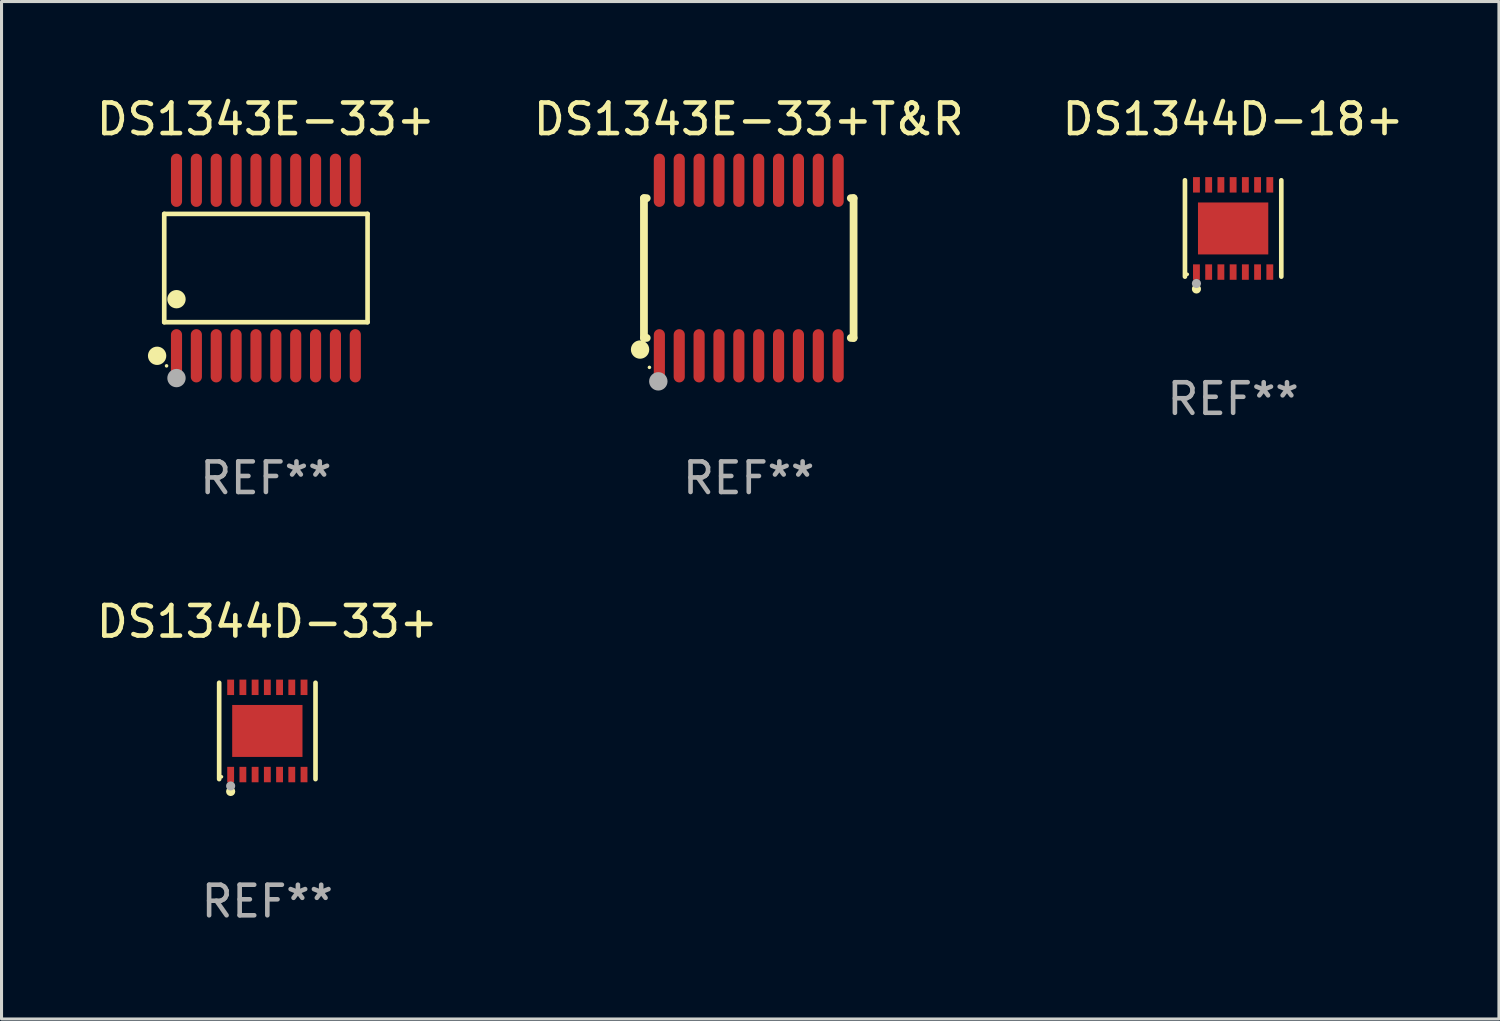
<source format=kicad_pcb>
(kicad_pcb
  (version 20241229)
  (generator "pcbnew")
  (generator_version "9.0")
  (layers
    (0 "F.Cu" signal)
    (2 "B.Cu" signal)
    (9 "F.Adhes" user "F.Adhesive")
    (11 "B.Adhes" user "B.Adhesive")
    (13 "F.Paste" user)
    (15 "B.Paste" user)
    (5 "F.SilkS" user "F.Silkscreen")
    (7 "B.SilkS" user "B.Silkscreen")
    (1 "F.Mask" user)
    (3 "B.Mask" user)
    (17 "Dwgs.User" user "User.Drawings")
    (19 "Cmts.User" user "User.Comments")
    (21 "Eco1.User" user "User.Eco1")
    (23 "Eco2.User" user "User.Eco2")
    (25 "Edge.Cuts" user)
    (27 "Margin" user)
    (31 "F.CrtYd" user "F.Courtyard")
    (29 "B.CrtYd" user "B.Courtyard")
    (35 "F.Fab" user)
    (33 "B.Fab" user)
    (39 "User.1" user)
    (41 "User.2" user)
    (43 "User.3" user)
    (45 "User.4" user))
  (footprint "DS1344D-33+"
    (layer "F.Cu")
    (at 5.696 20.863)
    (property "Reference" "DS1344D-33+" (at 0 -3.576 0) (layer "F.SilkS") (effects (font (size 1 1) (thickness 0.15))))
    (attr through_hole)
    (fp_line (start -1.576 1.576) (end -1.576 -1.576) (stroke (width 0.152) (type solid)) (layer "F.SilkS"))
    (fp_line (start 1.576 1.576) (end 1.576 -1.576) (stroke (width 0.152) (type solid)) (layer "F.SilkS"))
    (fp_circle (center -1.5 1.5) (end -1.47 1.5) (stroke (width 0.06) (type solid)) (fill no) (layer "F.SilkS"))
    (fp_circle (center -1.2 1.98) (end -1.125 1.98) (stroke (width 0.15) (type solid)) (fill no) (layer "F.SilkS"))
    (fp_circle (center -1.2 1.8) (end -1.125 1.8) (stroke (width 0.15) (type solid)) (fill no) (layer "F.Fab"))
    (fp_text user "REF**" (at 0 5.576 0) (layer "F.Fab") (effects (font (size 1 1) (thickness 0.15))))
    (pad "1" smd rect (at -1.2 1.427) (size 0.224 0.505) (layers "F.Cu" "F.Mask" "F.Paste"))
    (pad "2" smd rect (at -0.8 1.427) (size 0.224 0.505) (layers "F.Cu" "F.Mask" "F.Paste"))
    (pad "3" smd rect (at -0.4 1.427) (size 0.224 0.505) (layers "F.Cu" "F.Mask" "F.Paste"))
    (pad "4" smd rect (at 0 1.427) (size 0.224 0.505) (layers "F.Cu" "F.Mask" "F.Paste"))
    (pad "5" smd rect (at 0.4 1.427) (size 0.224 0.505) (layers "F.Cu" "F.Mask" "F.Paste"))
    (pad "6" smd rect (at 0.8 1.427) (size 0.224 0.505) (layers "F.Cu" "F.Mask" "F.Paste"))
    (pad "7" smd rect (at 1.2 1.427) (size 0.224 0.505) (layers "F.Cu" "F.Mask" "F.Paste"))
    (pad "8" smd rect (at 1.2 -1.427) (size 0.224 0.505) (layers "F.Cu" "F.Mask" "F.Paste"))
    (pad "9" smd rect (at 0.8 -1.427) (size 0.224 0.505) (layers "F.Cu" "F.Mask" "F.Paste"))
    (pad "10" smd rect (at 0.4 -1.427) (size 0.224 0.505) (layers "F.Cu" "F.Mask" "F.Paste"))
    (pad "11" smd rect (at 0 -1.427) (size 0.224 0.505) (layers "F.Cu" "F.Mask" "F.Paste"))
    (pad "12" smd rect (at -0.4 -1.427) (size 0.224 0.505) (layers "F.Cu" "F.Mask" "F.Paste"))
    (pad "13" smd rect (at -0.8 -1.427) (size 0.224 0.505) (layers "F.Cu" "F.Mask" "F.Paste"))
    (pad "14" smd rect (at -1.2 -1.427) (size 0.224 0.505) (layers "F.Cu" "F.Mask" "F.Paste"))
    (pad "15" smd rect (at 0 0) (size 2.3 1.7) (layers "F.Cu" "F.Mask" "F.Paste")))
  (footprint "DS1343E-33+"
    (layer "F.Cu")
    (at 5.649 5.719)
    (property "Reference" "DS1343E-33+" (at 0 -4.871 0) (layer "F.SilkS") (effects (font (size 1 1) (thickness 0.15))))
    (attr through_hole)
    (fp_line (start -3.326 -1.771) (end 3.326 -1.771) (stroke (width 0.152) (type solid)) (layer "F.SilkS"))
    (fp_line (start -3.326 1.771) (end -3.326 -1.771) (stroke (width 0.152) (type solid)) (layer "F.SilkS"))
    (fp_line (start 3.326 -1.771) (end 3.326 1.771) (stroke (width 0.152) (type solid)) (layer "F.SilkS"))
    (fp_line (start 3.326 1.771) (end -3.326 1.771) (stroke (width 0.152) (type solid)) (layer "F.SilkS"))
    (fp_circle (center -3.559 2.871) (end -3.409 2.871) (stroke (width 0.3) (type solid)) (fill no) (layer "F.SilkS"))
    (fp_circle (center -3.25 3.2) (end -3.22 3.2) (stroke (width 0.06) (type solid)) (fill no) (layer "F.SilkS"))
    (fp_circle (center -2.925 1.019) (end -2.775 1.019) (stroke (width 0.3) (type solid)) (fill no) (layer "F.SilkS"))
    (fp_circle (center -2.925 3.6) (end -2.775 3.6) (stroke (width 0.3) (type solid)) (fill no) (layer "F.Fab"))
    (fp_text user "REF**" (at 0 6.871 0) (layer "F.Fab") (effects (font (size 1 1) (thickness 0.15))))
    (pad "1" smd oval (at -2.925 2.871) (size 0.364 1.742) (layers "F.Cu" "F.Mask" "F.Paste"))
    (pad "2" smd oval (at -2.275 2.871) (size 0.364 1.742) (layers "F.Cu" "F.Mask" "F.Paste"))
    (pad "3" smd oval (at -1.625 2.871) (size 0.364 1.742) (layers "F.Cu" "F.Mask" "F.Paste"))
    (pad "4" smd oval (at -0.975 2.871) (size 0.364 1.742) (layers "F.Cu" "F.Mask" "F.Paste"))
    (pad "5" smd oval (at -0.325 2.871) (size 0.364 1.742) (layers "F.Cu" "F.Mask" "F.Paste"))
    (pad "6" smd oval (at 0.325 2.871) (size 0.364 1.742) (layers "F.Cu" "F.Mask" "F.Paste"))
    (pad "7" smd oval (at 0.975 2.871) (size 0.364 1.742) (layers "F.Cu" "F.Mask" "F.Paste"))
    (pad "8" smd oval (at 1.625 2.871) (size 0.364 1.742) (layers "F.Cu" "F.Mask" "F.Paste"))
    (pad "9" smd oval (at 2.275 2.871) (size 0.364 1.742) (layers "F.Cu" "F.Mask" "F.Paste"))
    (pad "10" smd oval (at 2.925 2.871) (size 0.364 1.742) (layers "F.Cu" "F.Mask" "F.Paste"))
    (pad "11" smd oval (at 2.925 -2.871) (size 0.364 1.742) (layers "F.Cu" "F.Mask" "F.Paste"))
    (pad "12" smd oval (at 2.275 -2.871) (size 0.364 1.742) (layers "F.Cu" "F.Mask" "F.Paste"))
    (pad "13" smd oval (at 1.625 -2.871) (size 0.364 1.742) (layers "F.Cu" "F.Mask" "F.Paste"))
    (pad "14" smd oval (at 0.975 -2.871) (size 0.364 1.742) (layers "F.Cu" "F.Mask" "F.Paste"))
    (pad "15" smd oval (at 0.325 -2.871) (size 0.364 1.742) (layers "F.Cu" "F.Mask" "F.Paste"))
    (pad "16" smd oval (at -0.325 -2.871) (size 0.364 1.742) (layers "F.Cu" "F.Mask" "F.Paste"))
    (pad "17" smd oval (at -0.975 -2.871) (size 0.364 1.742) (layers "F.Cu" "F.Mask" "F.Paste"))
    (pad "18" smd oval (at -1.625 -2.871) (size 0.364 1.742) (layers "F.Cu" "F.Mask" "F.Paste"))
    (pad "19" smd oval (at -2.275 -2.871) (size 0.364 1.742) (layers "F.Cu" "F.Mask" "F.Paste"))
    (pad "20" smd oval (at -2.925 -2.871) (size 0.364 1.742) (layers "F.Cu" "F.Mask" "F.Paste")))
  (footprint "DS1344D-18+"
    (layer "F.Cu")
    (at 37.292 4.424)
    (property "Reference" "DS1344D-18+" (at 0 -3.576 0) (layer "F.SilkS") (effects (font (size 1 1) (thickness 0.15))))
    (attr through_hole)
    (fp_line (start -1.576 1.576) (end -1.576 -1.576) (stroke (width 0.152) (type solid)) (layer "F.SilkS"))
    (fp_line (start 1.576 1.576) (end 1.576 -1.576) (stroke (width 0.152) (type solid)) (layer "F.SilkS"))
    (fp_circle (center -1.5 1.5) (end -1.47 1.5) (stroke (width 0.06) (type solid)) (fill no) (layer "F.SilkS"))
    (fp_circle (center -1.2 1.98) (end -1.125 1.98) (stroke (width 0.15) (type solid)) (fill no) (layer "F.SilkS"))
    (fp_circle (center -1.2 1.8) (end -1.125 1.8) (stroke (width 0.15) (type solid)) (fill no) (layer "F.Fab"))
    (fp_text user "REF**" (at 0 5.576 0) (layer "F.Fab") (effects (font (size 1 1) (thickness 0.15))))
    (pad "1" smd rect (at -1.2 1.427) (size 0.224 0.505) (layers "F.Cu" "F.Mask" "F.Paste"))
    (pad "2" smd rect (at -0.8 1.427) (size 0.224 0.505) (layers "F.Cu" "F.Mask" "F.Paste"))
    (pad "3" smd rect (at -0.4 1.427) (size 0.224 0.505) (layers "F.Cu" "F.Mask" "F.Paste"))
    (pad "4" smd rect (at 0 1.427) (size 0.224 0.505) (layers "F.Cu" "F.Mask" "F.Paste"))
    (pad "5" smd rect (at 0.4 1.427) (size 0.224 0.505) (layers "F.Cu" "F.Mask" "F.Paste"))
    (pad "6" smd rect (at 0.8 1.427) (size 0.224 0.505) (layers "F.Cu" "F.Mask" "F.Paste"))
    (pad "7" smd rect (at 1.2 1.427) (size 0.224 0.505) (layers "F.Cu" "F.Mask" "F.Paste"))
    (pad "8" smd rect (at 1.2 -1.427) (size 0.224 0.505) (layers "F.Cu" "F.Mask" "F.Paste"))
    (pad "9" smd rect (at 0.8 -1.427) (size 0.224 0.505) (layers "F.Cu" "F.Mask" "F.Paste"))
    (pad "10" smd rect (at 0.4 -1.427) (size 0.224 0.505) (layers "F.Cu" "F.Mask" "F.Paste"))
    (pad "11" smd rect (at 0 -1.427) (size 0.224 0.505) (layers "F.Cu" "F.Mask" "F.Paste"))
    (pad "12" smd rect (at -0.4 -1.427) (size 0.224 0.505) (layers "F.Cu" "F.Mask" "F.Paste"))
    (pad "13" smd rect (at -0.8 -1.427) (size 0.224 0.505) (layers "F.Cu" "F.Mask" "F.Paste"))
    (pad "14" smd rect (at -1.2 -1.427) (size 0.224 0.505) (layers "F.Cu" "F.Mask" "F.Paste"))
    (pad "15" smd rect (at 0 0) (size 2.3 1.7) (layers "F.Cu" "F.Mask" "F.Paste")))
  (footprint "DS1343E-33+T&R"
    (layer "F.Cu")
    (at 21.446 5.719)
    (property "Reference" "DS1343E-33+T&R" (at 0 -4.871 0) (layer "F.SilkS") (effects (font (size 1 1) (thickness 0.15))))
    (attr through_hole)
    (fp_line (start -3.429 -2.286) (end -3.429 2.286) (stroke (width 0.254) (type solid)) (layer "F.SilkS"))
    (fp_line (start -3.429 2.286) (end -3.338 2.286) (stroke (width 0.254) (type solid)) (layer "F.SilkS"))
    (fp_line (start -3.338 -2.286) (end -3.429 -2.286) (stroke (width 0.254) (type solid)) (layer "F.SilkS"))
    (fp_line (start 3.338 -2.286) (end 3.429 -2.286) (stroke (width 0.254) (type solid)) (layer "F.SilkS"))
    (fp_line (start 3.429 -2.286) (end 3.429 2.286) (stroke (width 0.254) (type solid)) (layer "F.SilkS"))
    (fp_line (start 3.429 2.286) (end 3.338 2.286) (stroke (width 0.254) (type solid)) (layer "F.SilkS"))
    (fp_circle (center -3.556 2.667) (end -3.406 2.667) (stroke (width 0.3) (type solid)) (fill no) (layer "F.SilkS"))
    (fp_circle (center -3.25 3.25) (end -3.22 3.25) (stroke (width 0.06) (type solid)) (fill no) (layer "F.SilkS"))
    (fp_circle (center -2.959 3.707) (end -2.808 3.707) (stroke (width 0.3) (type solid)) (fill no) (layer "F.Fab"))
    (fp_text user "REF**" (at 0 6.871 0) (layer "F.Fab") (effects (font (size 1 1) (thickness 0.15))))
    (pad "1" smd oval (at -2.925 2.871) (size 0.364 1.742) (layers "F.Cu" "F.Mask" "F.Paste"))
    (pad "2" smd oval (at -2.275 2.871) (size 0.364 1.742) (layers "F.Cu" "F.Mask" "F.Paste"))
    (pad "3" smd oval (at -1.625 2.871) (size 0.364 1.742) (layers "F.Cu" "F.Mask" "F.Paste"))
    (pad "4" smd oval (at -0.975 2.871) (size 0.364 1.742) (layers "F.Cu" "F.Mask" "F.Paste"))
    (pad "5" smd oval (at -0.325 2.871) (size 0.364 1.742) (layers "F.Cu" "F.Mask" "F.Paste"))
    (pad "6" smd oval (at 0.325 2.871) (size 0.364 1.742) (layers "F.Cu" "F.Mask" "F.Paste"))
    (pad "7" smd oval (at 0.975 2.871) (size 0.364 1.742) (layers "F.Cu" "F.Mask" "F.Paste"))
    (pad "8" smd oval (at 1.625 2.871) (size 0.364 1.742) (layers "F.Cu" "F.Mask" "F.Paste"))
    (pad "9" smd oval (at 2.275 2.871) (size 0.364 1.742) (layers "F.Cu" "F.Mask" "F.Paste"))
    (pad "10" smd oval (at 2.925 2.871) (size 0.364 1.742) (layers "F.Cu" "F.Mask" "F.Paste"))
    (pad "11" smd oval (at 2.925 -2.871) (size 0.364 1.742) (layers "F.Cu" "F.Mask" "F.Paste"))
    (pad "12" smd oval (at 2.275 -2.871) (size 0.364 1.742) (layers "F.Cu" "F.Mask" "F.Paste"))
    (pad "13" smd oval (at 1.625 -2.871) (size 0.364 1.742) (layers "F.Cu" "F.Mask" "F.Paste"))
    (pad "14" smd oval (at 0.975 -2.871) (size 0.364 1.742) (layers "F.Cu" "F.Mask" "F.Paste"))
    (pad "15" smd oval (at 0.325 -2.871) (size 0.364 1.742) (layers "F.Cu" "F.Mask" "F.Paste"))
    (pad "16" smd oval (at -0.325 -2.871) (size 0.364 1.742) (layers "F.Cu" "F.Mask" "F.Paste"))
    (pad "17" smd oval (at -0.975 -2.871) (size 0.364 1.742) (layers "F.Cu" "F.Mask" "F.Paste"))
    (pad "18" smd oval (at -1.625 -2.871) (size 0.364 1.742) (layers "F.Cu" "F.Mask" "F.Paste"))
    (pad "19" smd oval (at -2.275 -2.871) (size 0.364 1.742) (layers "F.Cu" "F.Mask" "F.Paste"))
    (pad "20" smd oval (at -2.925 -2.871) (size 0.364 1.742) (layers "F.Cu" "F.Mask" "F.Paste")))
  (gr_rect
    (start -3 -3)
    (end 45.988 30.287)
    (stroke (width 0.1) (type default))
    (fill no)
    (layer "Edge.Cuts")))
</source>
